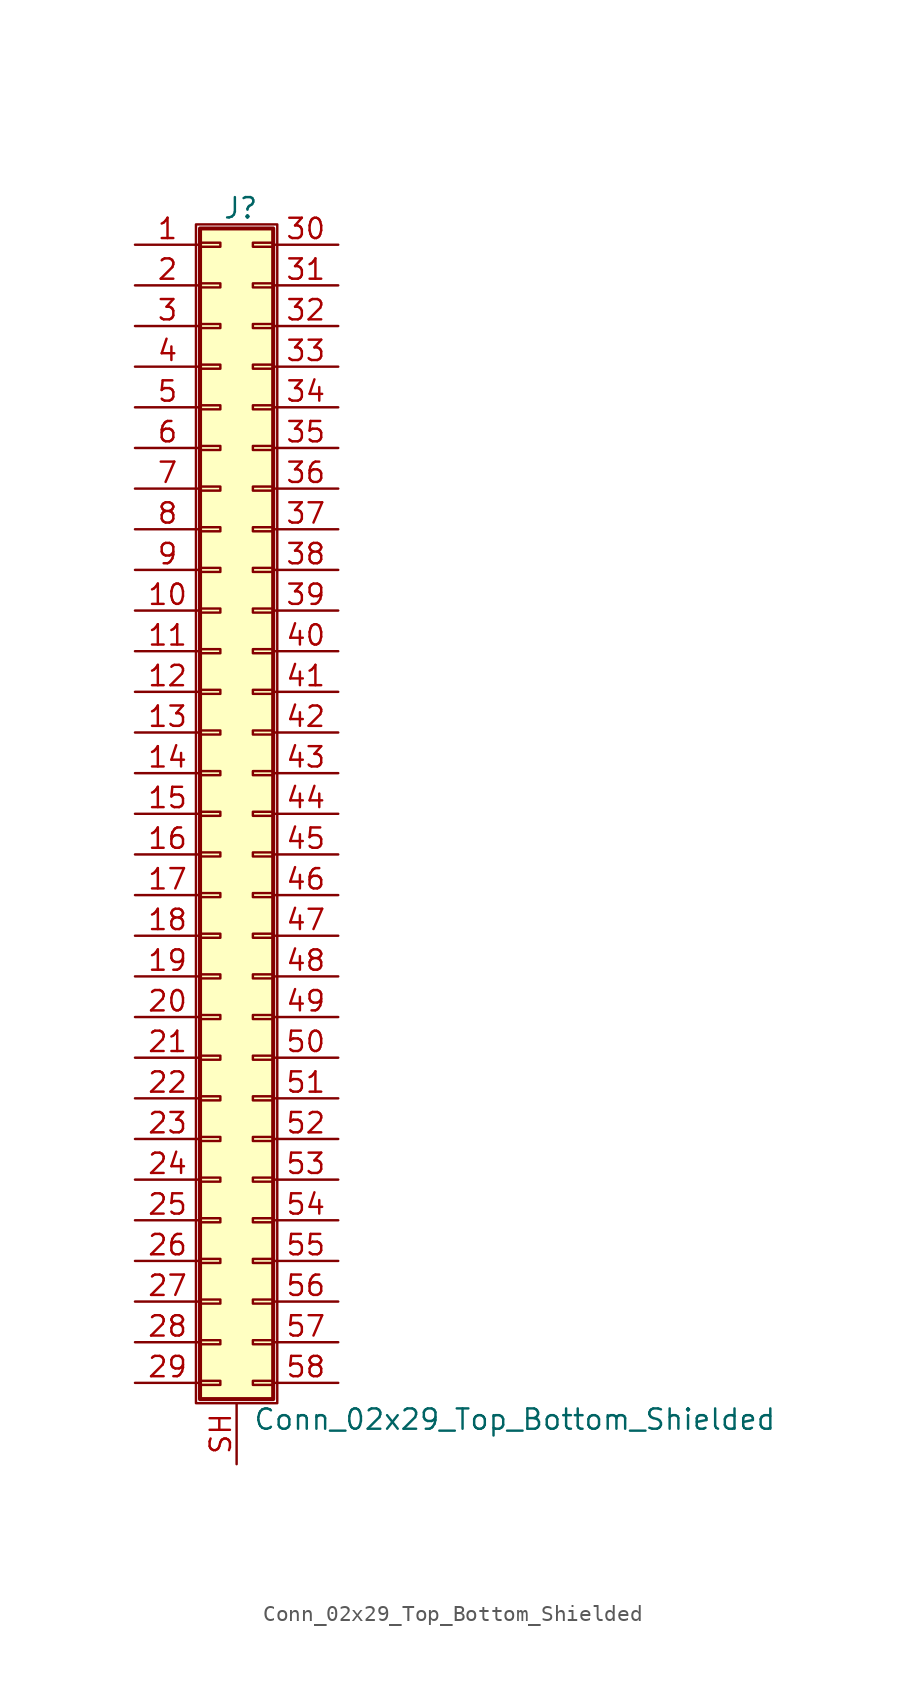
<source format=kicad_sym>
(kicad_symbol_lib
  (version 20201005)
  (generator kicad_symbol_editor)
  (symbol "Connector_Generic_Shielded:Conn_02x29_Top_Bottom_Shielded"
    (pin_names
      (offset 1.016) hide)
    (property "Reference" "J"
      (at 1.524 37.846 0)
      (effects (font (size 1.27 1.27))))
    (property "Value" "Conn_02x29_Top_Bottom_Shielded"
      (at 2.286 -37.846 0)
      (effects (font (size 1.27 1.27)) (justify left)))
    (symbol "Conn_02x29_Top_Bottom_Shielded_1_1"
      (rectangle (start -1.016 -27.813) (end 0.254 -28.067) (stroke (width 0.152)) (fill (type none)))
      (rectangle (start -1.016 -30.353) (end 0.254 -30.607) (stroke (width 0.152)) (fill (type none)))
      (rectangle (start -1.016 -32.893) (end 0.254 -33.147) (stroke (width 0.152)) (fill (type none)))
      (rectangle (start -1.016 -35.433) (end 0.254 -35.687) (stroke (width 0.152)) (fill (type none)))
      (rectangle (start -1.016 -4.953) (end 0.254 -5.207) (stroke (width 0.152)) (fill (type none)))
      (rectangle (start -1.016 -7.493) (end 0.254 -7.747) (stroke (width 0.152)) (fill (type none)))
      (rectangle (start -1.016 -10.033) (end 0.254 -10.287) (stroke (width 0.152)) (fill (type none)))
      (rectangle (start -1.016 -12.573) (end 0.254 -12.827) (stroke (width 0.152)) (fill (type none)))
      (rectangle (start -1.016 -15.113) (end 0.254 -15.367) (stroke (width 0.152)) (fill (type none)))
      (rectangle (start -1.016 -17.653) (end 0.254 -17.907) (stroke (width 0.152)) (fill (type none)))
      (rectangle (start -1.016 -20.193) (end 0.254 -20.447) (stroke (width 0.152)) (fill (type none)))
      (rectangle (start -1.016 -22.733) (end 0.254 -22.987) (stroke (width 0.152)) (fill (type none)))
      (rectangle (start -1.016 -2.413) (end 0.254 -2.667) (stroke (width 0.152)) (fill (type none)))
      (rectangle (start -1.016 -25.273) (end 0.254 -25.527) (stroke (width 0.152)) (fill (type none)))
      (rectangle (start -1.016 25.527) (end 0.254 25.273) (stroke (width 0.152)) (fill (type none)))
      (rectangle (start -1.016 2.667) (end 0.254 2.413) (stroke (width 0.152)) (fill (type none)))
      (rectangle (start -1.016 28.067) (end 0.254 27.813) (stroke (width 0.152)) (fill (type none)))
      (rectangle (start -1.016 30.607) (end 0.254 30.353) (stroke (width 0.152)) (fill (type none)))
      (rectangle (start -1.016 33.147) (end 0.254 32.893) (stroke (width 0.152)) (fill (type none)))
      (rectangle (start -1.016 35.687) (end 0.254 35.433) (stroke (width 0.152)) (fill (type none)))
      (rectangle (start -1.016 36.576) (end 3.556 -36.576) (stroke (width 0.254)) (fill (type background)))
      (rectangle (start -1.016 5.207) (end 0.254 4.953) (stroke (width 0.152)) (fill (type none)))
      (rectangle (start -1.016 7.747) (end 0.254 7.493) (stroke (width 0.152)) (fill (type none)))
      (rectangle (start -1.016 10.287) (end 0.254 10.033) (stroke (width 0.152)) (fill (type none)))
      (rectangle (start -1.016 0.127) (end 0.254 -0.127) (stroke (width 0.152)) (fill (type none)))
      (rectangle (start -1.016 12.827) (end 0.254 12.573) (stroke (width 0.152)) (fill (type none)))
      (rectangle (start -1.016 15.367) (end 0.254 15.113) (stroke (width 0.152)) (fill (type none)))
      (rectangle (start -1.016 17.907) (end 0.254 17.653) (stroke (width 0.152)) (fill (type none)))
      (rectangle (start -1.016 20.447) (end 0.254 20.193) (stroke (width 0.152)) (fill (type none)))
      (rectangle (start -1.016 22.987) (end 0.254 22.733) (stroke (width 0.152)) (fill (type none)))
      (rectangle (start -1.27 36.83) (end 3.81 -36.83) (stroke (width 0.152)) (fill (type none)))
      (rectangle (start 3.556 -27.813) (end 2.286 -28.067) (stroke (width 0.152)) (fill (type none)))
      (rectangle (start 3.556 -30.353) (end 2.286 -30.607) (stroke (width 0.152)) (fill (type none)))
      (rectangle (start 3.556 -32.893) (end 2.286 -33.147) (stroke (width 0.152)) (fill (type none)))
      (rectangle (start 3.556 -35.433) (end 2.286 -35.687) (stroke (width 0.152)) (fill (type none)))
      (rectangle (start 3.556 -4.953) (end 2.286 -5.207) (stroke (width 0.152)) (fill (type none)))
      (rectangle (start 3.556 -7.493) (end 2.286 -7.747) (stroke (width 0.152)) (fill (type none)))
      (rectangle (start 3.556 -10.033) (end 2.286 -10.287) (stroke (width 0.152)) (fill (type none)))
      (rectangle (start 3.556 -12.573) (end 2.286 -12.827) (stroke (width 0.152)) (fill (type none)))
      (rectangle (start 3.556 -15.113) (end 2.286 -15.367) (stroke (width 0.152)) (fill (type none)))
      (rectangle (start 3.556 -17.653) (end 2.286 -17.907) (stroke (width 0.152)) (fill (type none)))
      (rectangle (start 3.556 -20.193) (end 2.286 -20.447) (stroke (width 0.152)) (fill (type none)))
      (rectangle (start 3.556 -22.733) (end 2.286 -22.987) (stroke (width 0.152)) (fill (type none)))
      (rectangle (start 3.556 -2.413) (end 2.286 -2.667) (stroke (width 0.152)) (fill (type none)))
      (rectangle (start 3.556 -25.273) (end 2.286 -25.527) (stroke (width 0.152)) (fill (type none)))
      (rectangle (start 3.556 25.527) (end 2.286 25.273) (stroke (width 0.152)) (fill (type none)))
      (rectangle (start 3.556 2.667) (end 2.286 2.413) (stroke (width 0.152)) (fill (type none)))
      (rectangle (start 3.556 28.067) (end 2.286 27.813) (stroke (width 0.152)) (fill (type none)))
      (rectangle (start 3.556 30.607) (end 2.286 30.353) (stroke (width 0.152)) (fill (type none)))
      (rectangle (start 3.556 33.147) (end 2.286 32.893) (stroke (width 0.152)) (fill (type none)))
      (rectangle (start 3.556 35.687) (end 2.286 35.433) (stroke (width 0.152)) (fill (type none)))
      (rectangle (start 3.556 5.207) (end 2.286 4.953) (stroke (width 0.152)) (fill (type none)))
      (rectangle (start 3.556 7.747) (end 2.286 7.493) (stroke (width 0.152)) (fill (type none)))
      (rectangle (start 3.556 10.287) (end 2.286 10.033) (stroke (width 0.152)) (fill (type none)))
      (rectangle (start 3.556 0.127) (end 2.286 -0.127) (stroke (width 0.152)) (fill (type none)))
      (rectangle (start 3.556 12.827) (end 2.286 12.573) (stroke (width 0.152)) (fill (type none)))
      (rectangle (start 3.556 15.367) (end 2.286 15.113) (stroke (width 0.152)) (fill (type none)))
      (rectangle (start 3.556 17.907) (end 2.286 17.653) (stroke (width 0.152)) (fill (type none)))
      (rectangle (start 3.556 20.447) (end 2.286 20.193) (stroke (width 0.152)) (fill (type none)))
      (rectangle (start 3.556 22.987) (end 2.286 22.733) (stroke (width 0.152)) (fill (type none)))
      (pin passive line (at -5.08 35.56 0) (length 4.064) (name "Pin_1" (effects (font (size 1.27 1.27)))) (number "1" (effects (font (size 1.27 1.27)))))
      (pin passive line (at -5.08 12.7 0) (length 4.064) (name "Pin_10" (effects (font (size 1.27 1.27)))) (number "10" (effects (font (size 1.27 1.27)))))
      (pin passive line (at -5.08 10.16 0) (length 4.064) (name "Pin_11" (effects (font (size 1.27 1.27)))) (number "11" (effects (font (size 1.27 1.27)))))
      (pin passive line (at -5.08 7.62 0) (length 4.064) (name "Pin_12" (effects (font (size 1.27 1.27)))) (number "12" (effects (font (size 1.27 1.27)))))
      (pin passive line (at -5.08 5.08 0) (length 4.064) (name "Pin_13" (effects (font (size 1.27 1.27)))) (number "13" (effects (font (size 1.27 1.27)))))
      (pin passive line (at -5.08 2.54 0) (length 4.064) (name "Pin_14" (effects (font (size 1.27 1.27)))) (number "14" (effects (font (size 1.27 1.27)))))
      (pin passive line (at -5.08 0 0) (length 4.064) (name "Pin_15" (effects (font (size 1.27 1.27)))) (number "15" (effects (font (size 1.27 1.27)))))
      (pin passive line (at -5.08 -2.54 0) (length 4.064) (name "Pin_16" (effects (font (size 1.27 1.27)))) (number "16" (effects (font (size 1.27 1.27)))))
      (pin passive line (at -5.08 -5.08 0) (length 4.064) (name "Pin_17" (effects (font (size 1.27 1.27)))) (number "17" (effects (font (size 1.27 1.27)))))
      (pin passive line (at -5.08 -7.62 0) (length 4.064) (name "Pin_18" (effects (font (size 1.27 1.27)))) (number "18" (effects (font (size 1.27 1.27)))))
      (pin passive line (at -5.08 -10.16 0) (length 4.064) (name "Pin_19" (effects (font (size 1.27 1.27)))) (number "19" (effects (font (size 1.27 1.27)))))
      (pin passive line (at -5.08 33.02 0) (length 4.064) (name "Pin_2" (effects (font (size 1.27 1.27)))) (number "2" (effects (font (size 1.27 1.27)))))
      (pin passive line (at -5.08 -12.7 0) (length 4.064) (name "Pin_20" (effects (font (size 1.27 1.27)))) (number "20" (effects (font (size 1.27 1.27)))))
      (pin passive line (at -5.08 -15.24 0) (length 4.064) (name "Pin_21" (effects (font (size 1.27 1.27)))) (number "21" (effects (font (size 1.27 1.27)))))
      (pin passive line (at -5.08 -17.78 0) (length 4.064) (name "Pin_22" (effects (font (size 1.27 1.27)))) (number "22" (effects (font (size 1.27 1.27)))))
      (pin passive line (at -5.08 -20.32 0) (length 4.064) (name "Pin_23" (effects (font (size 1.27 1.27)))) (number "23" (effects (font (size 1.27 1.27)))))
      (pin passive line (at -5.08 -22.86 0) (length 4.064) (name "Pin_24" (effects (font (size 1.27 1.27)))) (number "24" (effects (font (size 1.27 1.27)))))
      (pin passive line (at -5.08 -25.4 0) (length 4.064) (name "Pin_25" (effects (font (size 1.27 1.27)))) (number "25" (effects (font (size 1.27 1.27)))))
      (pin passive line (at -5.08 -27.94 0) (length 4.064) (name "Pin_26" (effects (font (size 1.27 1.27)))) (number "26" (effects (font (size 1.27 1.27)))))
      (pin passive line (at -5.08 -30.48 0) (length 4.064) (name "Pin_27" (effects (font (size 1.27 1.27)))) (number "27" (effects (font (size 1.27 1.27)))))
      (pin passive line (at -5.08 -33.02 0) (length 4.064) (name "Pin_28" (effects (font (size 1.27 1.27)))) (number "28" (effects (font (size 1.27 1.27)))))
      (pin passive line (at -5.08 -35.56 0) (length 4.064) (name "Pin_29" (effects (font (size 1.27 1.27)))) (number "29" (effects (font (size 1.27 1.27)))))
      (pin passive line (at -5.08 30.48 0) (length 4.064) (name "Pin_3" (effects (font (size 1.27 1.27)))) (number "3" (effects (font (size 1.27 1.27)))))
      (pin passive line (at 7.62 35.56 180) (length 4.064) (name "Pin_30" (effects (font (size 1.27 1.27)))) (number "30" (effects (font (size 1.27 1.27)))))
      (pin passive line (at 7.62 33.02 180) (length 4.064) (name "Pin_31" (effects (font (size 1.27 1.27)))) (number "31" (effects (font (size 1.27 1.27)))))
      (pin passive line (at 7.62 30.48 180) (length 4.064) (name "Pin_32" (effects (font (size 1.27 1.27)))) (number "32" (effects (font (size 1.27 1.27)))))
      (pin passive line (at 7.62 27.94 180) (length 4.064) (name "Pin_33" (effects (font (size 1.27 1.27)))) (number "33" (effects (font (size 1.27 1.27)))))
      (pin passive line (at 7.62 25.4 180) (length 4.064) (name "Pin_34" (effects (font (size 1.27 1.27)))) (number "34" (effects (font (size 1.27 1.27)))))
      (pin passive line (at 7.62 22.86 180) (length 4.064) (name "Pin_35" (effects (font (size 1.27 1.27)))) (number "35" (effects (font (size 1.27 1.27)))))
      (pin passive line (at 7.62 20.32 180) (length 4.064) (name "Pin_36" (effects (font (size 1.27 1.27)))) (number "36" (effects (font (size 1.27 1.27)))))
      (pin passive line (at 7.62 17.78 180) (length 4.064) (name "Pin_37" (effects (font (size 1.27 1.27)))) (number "37" (effects (font (size 1.27 1.27)))))
      (pin passive line (at 7.62 15.24 180) (length 4.064) (name "Pin_38" (effects (font (size 1.27 1.27)))) (number "38" (effects (font (size 1.27 1.27)))))
      (pin passive line (at 7.62 12.7 180) (length 4.064) (name "Pin_39" (effects (font (size 1.27 1.27)))) (number "39" (effects (font (size 1.27 1.27)))))
      (pin passive line (at -5.08 27.94 0) (length 4.064) (name "Pin_4" (effects (font (size 1.27 1.27)))) (number "4" (effects (font (size 1.27 1.27)))))
      (pin passive line (at 7.62 10.16 180) (length 4.064) (name "Pin_40" (effects (font (size 1.27 1.27)))) (number "40" (effects (font (size 1.27 1.27)))))
      (pin passive line (at 7.62 7.62 180) (length 4.064) (name "Pin_41" (effects (font (size 1.27 1.27)))) (number "41" (effects (font (size 1.27 1.27)))))
      (pin passive line (at 7.62 5.08 180) (length 4.064) (name "Pin_42" (effects (font (size 1.27 1.27)))) (number "42" (effects (font (size 1.27 1.27)))))
      (pin passive line (at 7.62 2.54 180) (length 4.064) (name "Pin_43" (effects (font (size 1.27 1.27)))) (number "43" (effects (font (size 1.27 1.27)))))
      (pin passive line (at 7.62 0 180) (length 4.064) (name "Pin_44" (effects (font (size 1.27 1.27)))) (number "44" (effects (font (size 1.27 1.27)))))
      (pin passive line (at 7.62 -2.54 180) (length 4.064) (name "Pin_45" (effects (font (size 1.27 1.27)))) (number "45" (effects (font (size 1.27 1.27)))))
      (pin passive line (at 7.62 -5.08 180) (length 4.064) (name "Pin_46" (effects (font (size 1.27 1.27)))) (number "46" (effects (font (size 1.27 1.27)))))
      (pin passive line (at 7.62 -7.62 180) (length 4.064) (name "Pin_47" (effects (font (size 1.27 1.27)))) (number "47" (effects (font (size 1.27 1.27)))))
      (pin passive line (at 7.62 -10.16 180) (length 4.064) (name "Pin_48" (effects (font (size 1.27 1.27)))) (number "48" (effects (font (size 1.27 1.27)))))
      (pin passive line (at 7.62 -12.7 180) (length 4.064) (name "Pin_49" (effects (font (size 1.27 1.27)))) (number "49" (effects (font (size 1.27 1.27)))))
      (pin passive line (at -5.08 25.4 0) (length 4.064) (name "Pin_5" (effects (font (size 1.27 1.27)))) (number "5" (effects (font (size 1.27 1.27)))))
      (pin passive line (at 7.62 -15.24 180) (length 4.064) (name "Pin_50" (effects (font (size 1.27 1.27)))) (number "50" (effects (font (size 1.27 1.27)))))
      (pin passive line (at 7.62 -17.78 180) (length 4.064) (name "Pin_51" (effects (font (size 1.27 1.27)))) (number "51" (effects (font (size 1.27 1.27)))))
      (pin passive line (at 7.62 -20.32 180) (length 4.064) (name "Pin_52" (effects (font (size 1.27 1.27)))) (number "52" (effects (font (size 1.27 1.27)))))
      (pin passive line (at 7.62 -22.86 180) (length 4.064) (name "Pin_53" (effects (font (size 1.27 1.27)))) (number "53" (effects (font (size 1.27 1.27)))))
      (pin passive line (at 7.62 -25.4 180) (length 4.064) (name "Pin_54" (effects (font (size 1.27 1.27)))) (number "54" (effects (font (size 1.27 1.27)))))
      (pin passive line (at 7.62 -27.94 180) (length 4.064) (name "Pin_55" (effects (font (size 1.27 1.27)))) (number "55" (effects (font (size 1.27 1.27)))))
      (pin passive line (at 7.62 -30.48 180) (length 4.064) (name "Pin_56" (effects (font (size 1.27 1.27)))) (number "56" (effects (font (size 1.27 1.27)))))
      (pin passive line (at 7.62 -33.02 180) (length 4.064) (name "Pin_57" (effects (font (size 1.27 1.27)))) (number "57" (effects (font (size 1.27 1.27)))))
      (pin passive line (at 7.62 -35.56 180) (length 4.064) (name "Pin_58" (effects (font (size 1.27 1.27)))) (number "58" (effects (font (size 1.27 1.27)))))
      (pin passive line (at -5.08 22.86 0) (length 4.064) (name "Pin_6" (effects (font (size 1.27 1.27)))) (number "6" (effects (font (size 1.27 1.27)))))
      (pin passive line (at -5.08 20.32 0) (length 4.064) (name "Pin_7" (effects (font (size 1.27 1.27)))) (number "7" (effects (font (size 1.27 1.27)))))
      (pin passive line (at -5.08 17.78 0) (length 4.064) (name "Pin_8" (effects (font (size 1.27 1.27)))) (number "8" (effects (font (size 1.27 1.27)))))
      (pin passive line (at -5.08 15.24 0) (length 4.064) (name "Pin_9" (effects (font (size 1.27 1.27)))) (number "9" (effects (font (size 1.27 1.27)))))
      (pin passive line (at 1.27 -40.64 90) (length 3.81) (name "Shield" (effects (font (size 1.27 1.27)))) (number "SH" (effects (font (size 1.27 1.27))))))))
</source>
